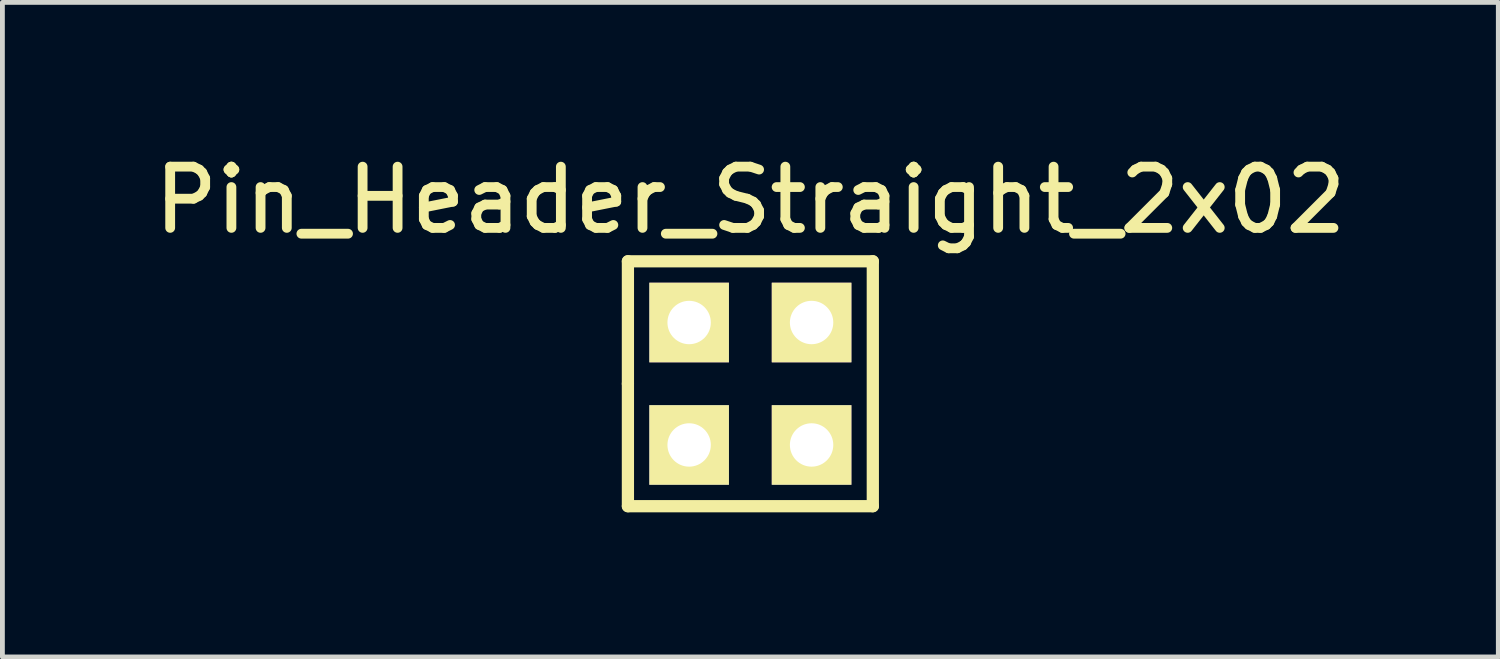
<source format=kicad_pcb>
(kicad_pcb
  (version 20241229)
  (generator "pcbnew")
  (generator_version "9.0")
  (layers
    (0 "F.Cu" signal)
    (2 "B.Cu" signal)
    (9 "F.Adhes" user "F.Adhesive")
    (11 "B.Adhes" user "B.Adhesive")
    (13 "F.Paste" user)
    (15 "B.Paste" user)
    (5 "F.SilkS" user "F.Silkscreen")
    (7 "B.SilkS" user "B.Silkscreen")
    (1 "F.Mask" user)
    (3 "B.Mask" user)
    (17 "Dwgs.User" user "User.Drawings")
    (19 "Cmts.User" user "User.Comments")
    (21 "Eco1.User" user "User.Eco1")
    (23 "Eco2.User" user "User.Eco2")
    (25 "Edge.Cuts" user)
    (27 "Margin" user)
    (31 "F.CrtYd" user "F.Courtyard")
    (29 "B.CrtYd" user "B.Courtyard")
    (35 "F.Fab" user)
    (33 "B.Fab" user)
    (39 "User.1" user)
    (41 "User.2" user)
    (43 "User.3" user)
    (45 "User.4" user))
  (footprint "Pin_Header_Straight_2x02"
    (placed yes)
    (layer "F.Cu")
    (at 12.515 4.91)
    (property "Reference" "Pin_Header_Straight_2x02" (at 0 -3.81 0) (layer "F.SilkS") (effects (font (size 1.27 1.27) (thickness 0.203))))
    (attr through_hole)
    (fp_line (start -2.54 -2.54) (end -2.54 0) (stroke (width 0.254) (type solid)) (layer "F.SilkS"))
    (fp_line (start -2.54 -2.54) (end 2.54 -2.54) (stroke (width 0.254) (type solid)) (layer "F.SilkS"))
    (fp_line (start -2.54 2.54) (end -2.54 0) (stroke (width 0.254) (type solid)) (layer "F.SilkS"))
    (fp_line (start -2.54 2.54) (end 2.54 2.54) (stroke (width 0.254) (type solid)) (layer "F.SilkS"))
    (fp_line (start 2.54 2.54) (end 2.54 -2.54) (stroke (width 0.254) (type solid)) (layer "F.SilkS"))
    (pad "1" thru_hole rect (at -1.27 1.27) (size 1.651 1.651) (drill 0.9) (layers "*.Cu" "*.Mask" "F.SilkS"))
    (pad "2" thru_hole rect (at 1.27 1.27) (size 1.651 1.651) (drill 0.9) (layers "*.Cu" "*.Mask" "F.SilkS"))
    (pad "3" thru_hole rect (at 1.27 -1.27) (size 1.651 1.651) (drill 0.9) (layers "*.Cu" "*.Mask" "F.SilkS"))
    (pad "4" thru_hole rect (at -1.27 -1.27) (size 1.651 1.651) (drill 0.9) (layers "*.Cu" "*.Mask" "F.SilkS")))
  (gr_rect
    (start -3 -3)
    (end 28.03 10.577)
    (stroke (width 0.1) (type default))
    (fill no)
    (layer "Edge.Cuts")))
</source>
